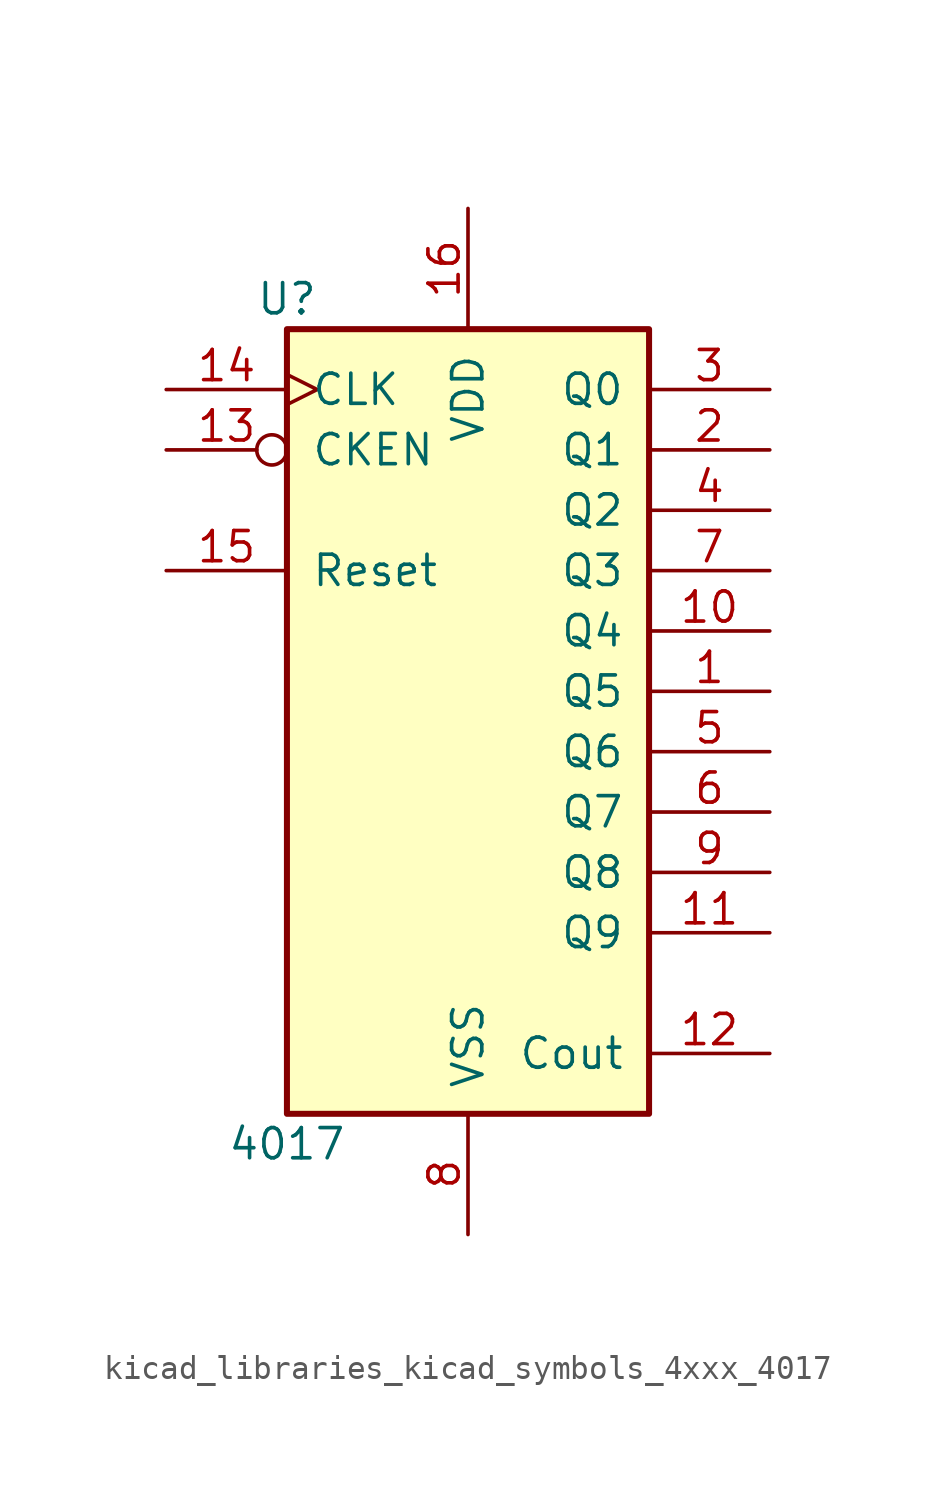
<source format=kicad_sym>
(kicad_symbol_lib
  (version 20220914)
  (generator kicad_symbol_editor)
  (symbol "kicad_libraries_kicad_symbols_4xxx_4017"
    (pin_names
      (offset 1.016))
    (property "Reference" "U"
      (at -7.62 16.51 0)
      (effects (font (size 1.27 1.27))))
    (property "Value" "4017"
      (at -7.62 -19.05 0)
      (effects (font (size 1.27 1.27))))
    (property "ki_locked" ""
      (at 0 0 0)
      (effects (font (size 1.27 1.27))))
    (symbol "kicad_libraries_kicad_symbols_4xxx_4017_1_0"
      (pin output line (at 12.7 0 180) (length 5.08) (name "Q5" (effects (font (size 1.27 1.27)))) (number "1" (effects (font (size 1.27 1.27)))))
      (pin output line (at 12.7 2.54 180) (length 5.08) (name "Q4" (effects (font (size 1.27 1.27)))) (number "10" (effects (font (size 1.27 1.27)))))
      (pin output line (at 12.7 -10.16 180) (length 5.08) (name "Q9" (effects (font (size 1.27 1.27)))) (number "11" (effects (font (size 1.27 1.27)))))
      (pin output line (at 12.7 -15.24 180) (length 5.08) (name "Cout" (effects (font (size 1.27 1.27)))) (number "12" (effects (font (size 1.27 1.27)))))
      (pin input inverted (at -12.7 10.16 0) (length 5.08) (name "CKEN" (effects (font (size 1.27 1.27)))) (number "13" (effects (font (size 1.27 1.27)))))
      (pin input clock (at -12.7 12.7 0) (length 5.08) (name "CLK" (effects (font (size 1.27 1.27)))) (number "14" (effects (font (size 1.27 1.27)))))
      (pin input line (at -12.7 5.08 0) (length 5.08) (name "Reset" (effects (font (size 1.27 1.27)))) (number "15" (effects (font (size 1.27 1.27)))))
      (pin power_in line (at 0 20.32 270) (length 5.08) (name "VDD" (effects (font (size 1.27 1.27)))) (number "16" (effects (font (size 1.27 1.27)))))
      (pin output line (at 12.7 10.16 180) (length 5.08) (name "Q1" (effects (font (size 1.27 1.27)))) (number "2" (effects (font (size 1.27 1.27)))))
      (pin output line (at 12.7 12.7 180) (length 5.08) (name "Q0" (effects (font (size 1.27 1.27)))) (number "3" (effects (font (size 1.27 1.27)))))
      (pin output line (at 12.7 7.62 180) (length 5.08) (name "Q2" (effects (font (size 1.27 1.27)))) (number "4" (effects (font (size 1.27 1.27)))))
      (pin output line (at 12.7 -2.54 180) (length 5.08) (name "Q6" (effects (font (size 1.27 1.27)))) (number "5" (effects (font (size 1.27 1.27)))))
      (pin output line (at 12.7 -5.08 180) (length 5.08) (name "Q7" (effects (font (size 1.27 1.27)))) (number "6" (effects (font (size 1.27 1.27)))))
      (pin output line (at 12.7 5.08 180) (length 5.08) (name "Q3" (effects (font (size 1.27 1.27)))) (number "7" (effects (font (size 1.27 1.27)))))
      (pin power_in line (at 0 -22.86 90) (length 5.08) (name "VSS" (effects (font (size 1.27 1.27)))) (number "8" (effects (font (size 1.27 1.27)))))
      (pin output line (at 12.7 -7.62 180) (length 5.08) (name "Q8" (effects (font (size 1.27 1.27)))) (number "9" (effects (font (size 1.27 1.27))))))
    (symbol "kicad_libraries_kicad_symbols_4xxx_4017_1_1"
      (rectangle (start -7.62 15.24) (end 7.62 -17.78) (stroke (width 0.254) (type default)) (fill (type background))))))
</source>
